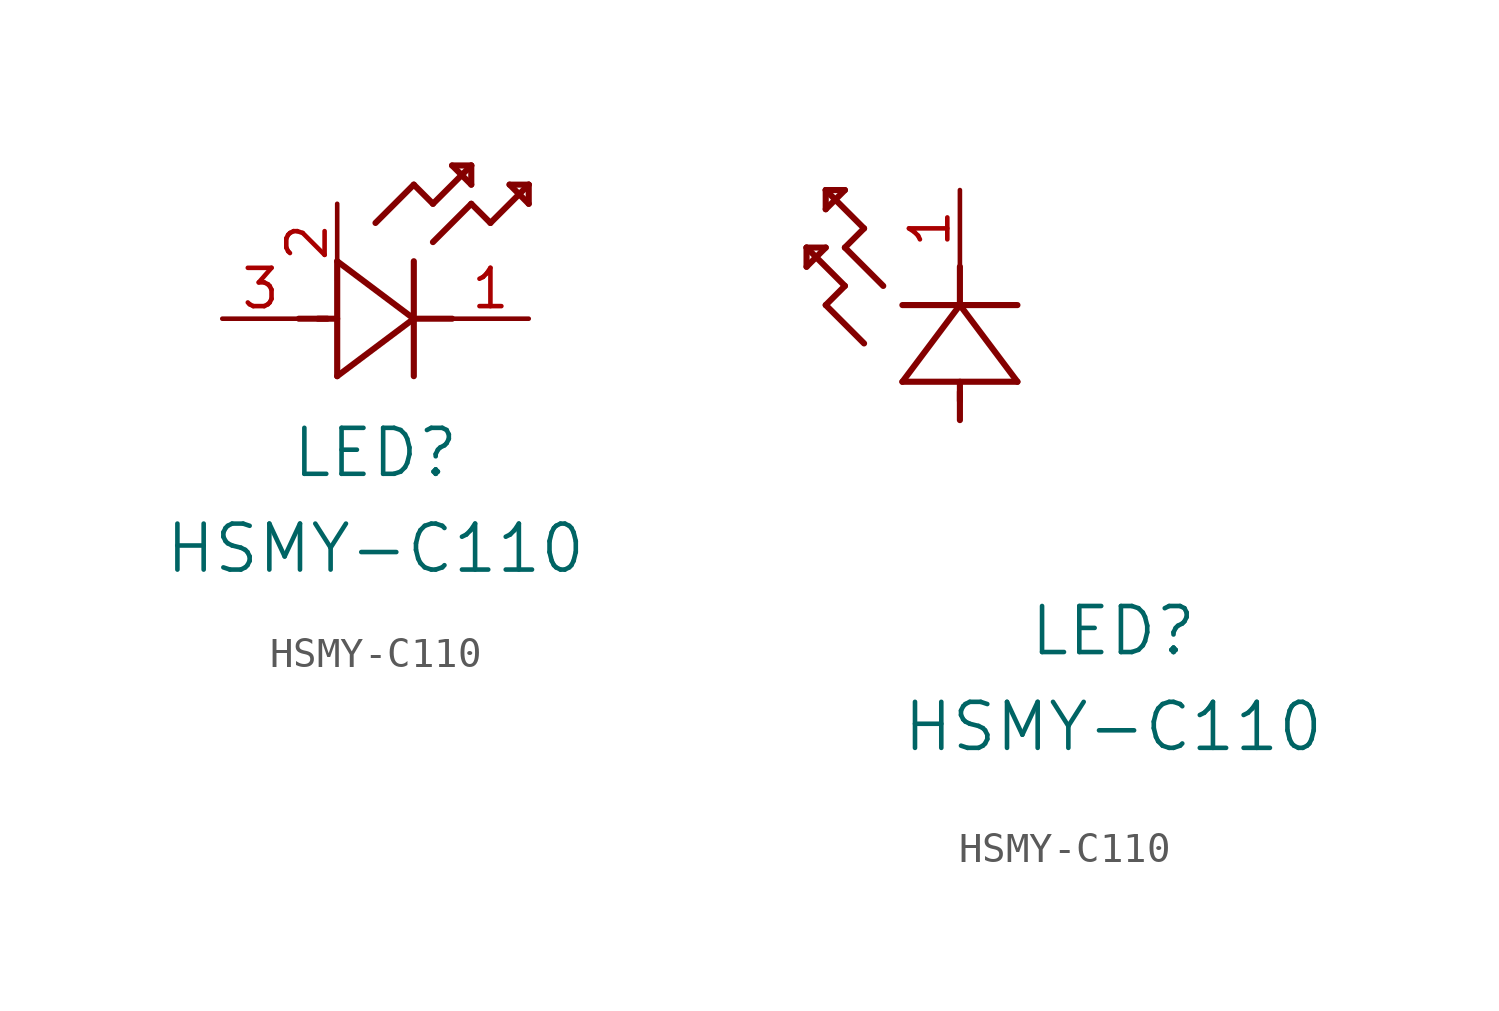
<source format=kicad_sym>
(kicad_symbol_lib
  (version 20241209)
  (generator "kicad_symbol_editor")
  (generator_version "9.0")
  (symbol "HSMY-C110"
    (pin_names
      (offset 0.254))
    (property "Reference" "LED"
      (at 5.08 -4.445 0)
      (effects (font (size 1.524 1.524))))
    (property "Value" "HSMY-C110"
      (at 5.08 -7.62 0)
      (effects (font (size 1.524 1.524))))
    (property "ki_locked" ""
      (at 0 0 0)
      (effects (font (size 1.27 1.27))))
    (symbol "HSMY-C110_1_1"
      (polyline (pts (xy 2.54 0) (xy 3.48 0)) (stroke (width 0.203) (type default)) (fill (type none)))
      (polyline (pts (xy 3.175 0) (xy 3.81 0)) (stroke (width 0.203) (type default)) (fill (type none)))
      (polyline (pts (xy 3.81 1.905) (xy 3.81 -1.905)) (stroke (width 0.203) (type default)) (fill (type none)))
      (polyline (pts (xy 3.81 -1.905) (xy 6.35 0)) (stroke (width 0.203) (type default)) (fill (type none)))
      (polyline (pts (xy 5.08 3.175) (xy 6.35 4.445)) (stroke (width 0.203) (type default)) (fill (type none)))
      (polyline (pts (xy 6.35 4.445) (xy 6.985 3.81)) (stroke (width 0.203) (type default)) (fill (type none)))
      (polyline (pts (xy 6.35 0) (xy 3.81 1.905)) (stroke (width 0.203) (type default)) (fill (type none)))
      (polyline (pts (xy 6.35 0) (xy 7.62 0)) (stroke (width 0.203) (type default)) (fill (type none)))
      (polyline (pts (xy 6.35 -1.905) (xy 6.35 1.905)) (stroke (width 0.203) (type default)) (fill (type none)))
      (polyline (pts (xy 6.985 3.81) (xy 8.255 5.08)) (stroke (width 0.203) (type default)) (fill (type none)))
      (polyline (pts (xy 6.985 2.54) (xy 8.255 3.81)) (stroke (width 0.203) (type default)) (fill (type none)))
      (polyline (pts (xy 7.62 5.08) (xy 8.255 4.445)) (stroke (width 0.203) (type default)) (fill (type none)))
      (polyline (pts (xy 8.255 5.08) (xy 7.62 5.08)) (stroke (width 0.203) (type default)) (fill (type none)))
      (polyline (pts (xy 8.255 4.445) (xy 8.255 5.08)) (stroke (width 0.203) (type default)) (fill (type none)))
      (polyline (pts (xy 8.255 3.81) (xy 8.89 3.175)) (stroke (width 0.203) (type default)) (fill (type none)))
      (polyline (pts (xy 8.89 3.175) (xy 10.16 4.445)) (stroke (width 0.203) (type default)) (fill (type none)))
      (polyline (pts (xy 9.525 4.445) (xy 10.16 3.81)) (stroke (width 0.203) (type default)) (fill (type none)))
      (polyline (pts (xy 10.16 4.445) (xy 9.525 4.445)) (stroke (width 0.203) (type default)) (fill (type none)))
      (polyline (pts (xy 10.16 3.81) (xy 10.16 4.445)) (stroke (width 0.203) (type default)) (fill (type none)))
      (pin unspecified line (at 0 0 0) (length 2.54) (name "" (effects (font (size 1.27 1.27)))) (number "3" (effects (font (size 1.27 1.27)))))
      (pin unspecified line (at 3.81 3.81 270) (length 2.54) (name "" (effects (font (size 1.27 1.27)))) (number "2" (effects (font (size 1.27 1.27)))))
      (pin unspecified line (at 10.16 0 180) (length 2.54) (name "" (effects (font (size 1.27 1.27)))) (number "1" (effects (font (size 1.27 1.27))))))
    (symbol "HSMY-C110_1_2"
      (polyline (pts (xy -5.08 8.255) (xy -5.08 7.62)) (stroke (width 0.203) (type default)) (fill (type none)))
      (polyline (pts (xy -5.08 7.62) (xy -4.445 8.255)) (stroke (width 0.203) (type default)) (fill (type none)))
      (polyline (pts (xy -4.445 10.16) (xy -4.445 9.525)) (stroke (width 0.203) (type default)) (fill (type none)))
      (polyline (pts (xy -4.445 9.525) (xy -3.81 10.16)) (stroke (width 0.203) (type default)) (fill (type none)))
      (polyline (pts (xy -4.445 8.255) (xy -5.08 8.255)) (stroke (width 0.203) (type default)) (fill (type none)))
      (polyline (pts (xy -4.445 6.35) (xy -3.81 6.985)) (stroke (width 0.203) (type default)) (fill (type none)))
      (polyline (pts (xy -3.81 10.16) (xy -4.445 10.16)) (stroke (width 0.203) (type default)) (fill (type none)))
      (polyline (pts (xy -3.81 8.255) (xy -3.175 8.89)) (stroke (width 0.203) (type default)) (fill (type none)))
      (polyline (pts (xy -3.81 6.985) (xy -5.08 8.255)) (stroke (width 0.203) (type default)) (fill (type none)))
      (polyline (pts (xy -3.175 8.89) (xy -4.445 10.16)) (stroke (width 0.203) (type default)) (fill (type none)))
      (polyline (pts (xy -3.175 5.08) (xy -4.445 6.35)) (stroke (width 0.203) (type default)) (fill (type none)))
      (polyline (pts (xy -2.54 6.985) (xy -3.81 8.255)) (stroke (width 0.203) (type default)) (fill (type none)))
      (polyline (pts (xy -1.905 3.81) (xy 1.905 3.81)) (stroke (width 0.203) (type default)) (fill (type none)))
      (polyline (pts (xy 0 6.35) (xy -1.905 3.81)) (stroke (width 0.203) (type default)) (fill (type none)))
      (polyline (pts (xy 0 6.35) (xy 0 7.62)) (stroke (width 0.203) (type default)) (fill (type none)))
      (polyline (pts (xy 0 3.175) (xy 0 3.81)) (stroke (width 0.203) (type default)) (fill (type none)))
      (polyline (pts (xy 0 2.54) (xy 0 3.48)) (stroke (width 0.203) (type default)) (fill (type none)))
      (polyline (pts (xy 1.905 6.35) (xy -1.905 6.35)) (stroke (width 0.203) (type default)) (fill (type none)))
      (polyline (pts (xy 1.905 3.81) (xy 0 6.35)) (stroke (width 0.203) (type default)) (fill (type none)))
      (pin unspecified line (at 0 10.16 270) (length 2.54) (name "" (effects (font (size 1.27 1.27)))) (number "1" (effects (font (size 1.27 1.27))))))))
</source>
